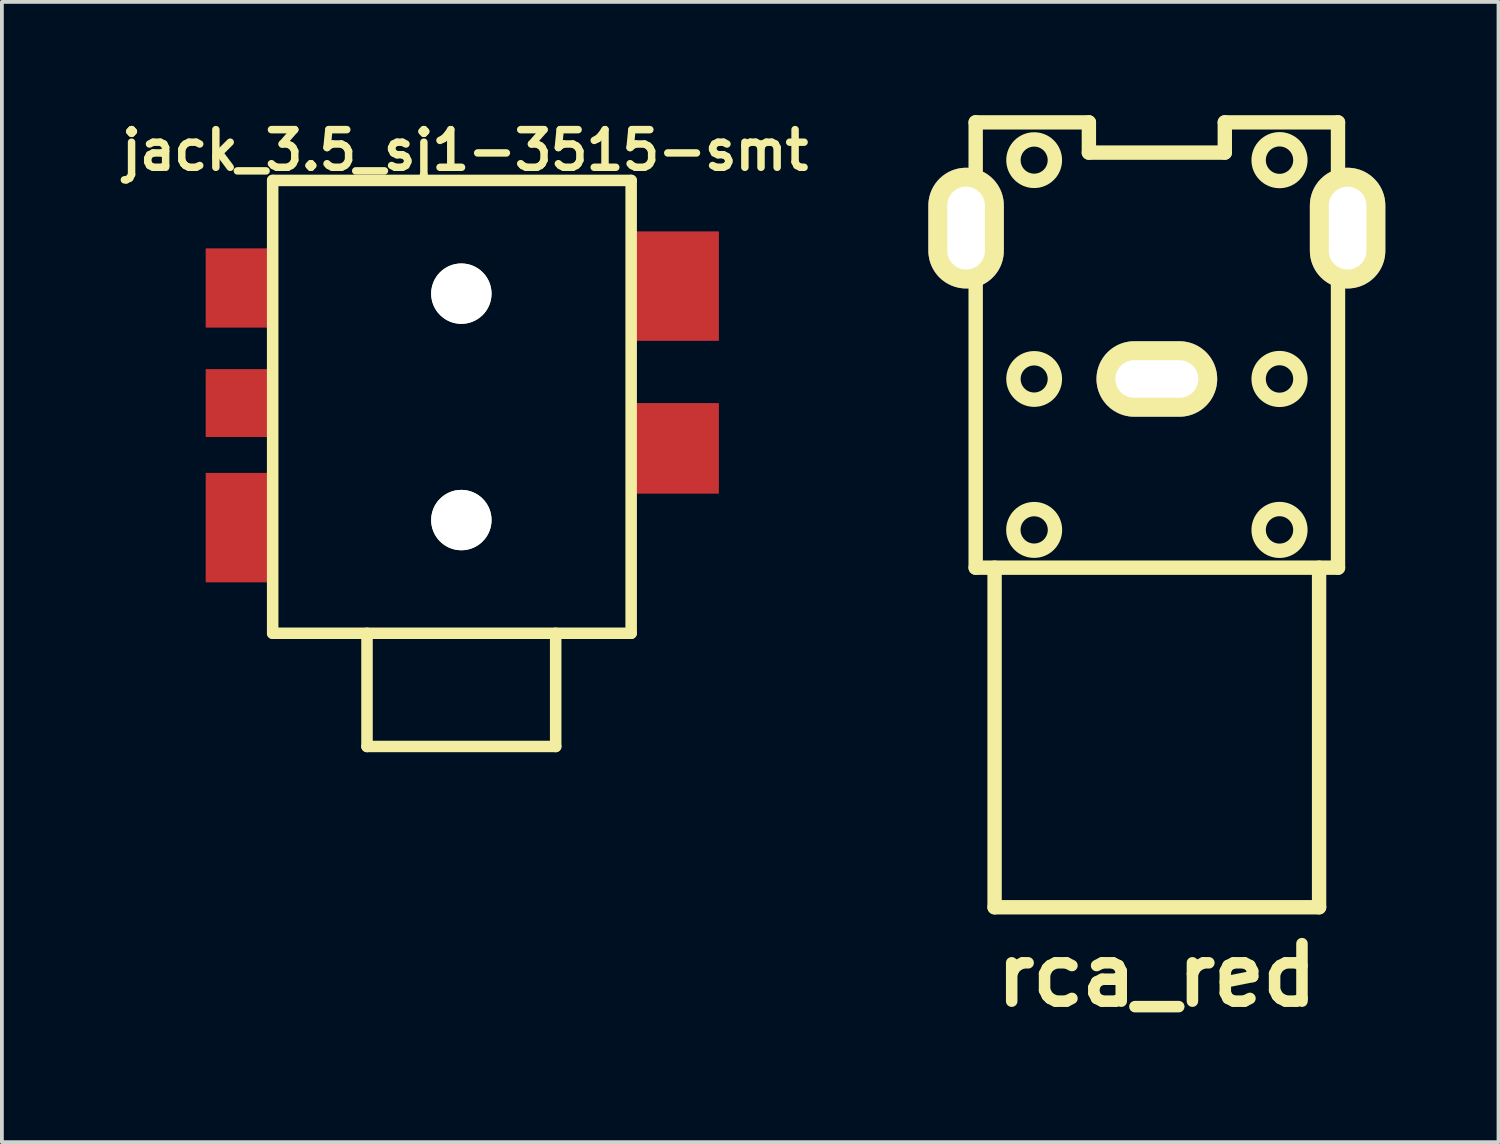
<source format=kicad_pcb>
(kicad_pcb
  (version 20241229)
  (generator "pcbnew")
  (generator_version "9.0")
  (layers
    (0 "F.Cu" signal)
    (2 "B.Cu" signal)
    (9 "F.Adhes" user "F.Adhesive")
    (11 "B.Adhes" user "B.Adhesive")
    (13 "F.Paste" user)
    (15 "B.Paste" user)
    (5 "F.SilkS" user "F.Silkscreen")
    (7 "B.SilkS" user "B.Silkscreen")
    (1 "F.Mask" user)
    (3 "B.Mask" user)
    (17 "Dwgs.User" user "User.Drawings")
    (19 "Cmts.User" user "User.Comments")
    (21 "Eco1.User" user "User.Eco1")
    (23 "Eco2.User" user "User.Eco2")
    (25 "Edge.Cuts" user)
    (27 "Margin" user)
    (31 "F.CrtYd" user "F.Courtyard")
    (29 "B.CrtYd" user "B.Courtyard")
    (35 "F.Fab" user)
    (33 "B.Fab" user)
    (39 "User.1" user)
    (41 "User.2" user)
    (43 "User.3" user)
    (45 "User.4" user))
  (footprint "jack_3.5_sj1-3515-smt"
    (layer "F.Cu")
    (at 9.176 7.632)
    (property "Reference" "jack_3.5_sj1-3515-smt" (at 0.1 -6.7 0) (layer "F.SilkS") (effects (font (size 0.998 0.998) (thickness 0.198))))
    (attr through_hole)
    (fp_line (start -5 -5.9) (end 4.5 -5.9) (stroke (width 0.305) (type solid)) (layer "F.SilkS"))
    (fp_line (start -5 6.1) (end -5 -5.9) (stroke (width 0.305) (type solid)) (layer "F.SilkS"))
    (fp_line (start -2.5 6.1) (end -2.5 9.1) (stroke (width 0.305) (type solid)) (layer "F.SilkS"))
    (fp_line (start -2.5 9.1) (end 2.5 9.1) (stroke (width 0.305) (type solid)) (layer "F.SilkS"))
    (fp_line (start 2.5 9.1) (end 2.5 6.1) (stroke (width 0.305) (type solid)) (layer "F.SilkS"))
    (fp_line (start 4.5 -5.9) (end 4.5 6.1) (stroke (width 0.305) (type solid)) (layer "F.SilkS"))
    (fp_line (start 4.5 6.1) (end -5 6.1) (stroke (width 0.305) (type solid)) (layer "F.SilkS"))
    (pad "" np_thru_hole circle (at 0 -2.9) (size 1.6 1.6) (drill 1.6) (layers "*.Cu" "*.Mask" "F.SilkS"))
    (pad "" np_thru_hole circle (at 0 3.1) (size 1.6 1.6) (drill 1.6) (layers "*.Cu" "*.Mask" "F.SilkS"))
    (pad "1" smd rect (at -5.9 3.3) (size 1.75 2.9) (layers "F.Cu" "F.Mask" "F.Paste"))
    (pad "2" smd rect (at 5.7 -3.1) (size 2.25 2.9) (layers "F.Cu" "F.Mask" "F.Paste"))
    (pad "3" smd rect (at -5.9 -3.05) (size 1.75 2.1) (layers "F.Cu" "F.Mask" "F.Paste"))
    (pad "4" smd rect (at 5.7 1.2) (size 2.25 2.4) (layers "F.Cu" "F.Mask" "F.Paste"))
    (pad "5" smd rect (at -5.9 0) (size 1.75 1.8) (layers "F.Cu" "F.Mask" "F.Paste")))
  (footprint "rca_red"
    (layer "F.Cu")
    (at 27.607 6.993)
    (property "Reference" "rca_red" (at 0 15.799 0) (layer "F.SilkS") (effects (font (size 1.524 1.524) (thickness 0.305))))
    (attr through_hole)
    (fp_line (start -5.4 -4.9) (end -4.801 -4.9) (stroke (width 0.381) (type solid)) (layer "F.SilkS"))
    (fp_line (start -5.4 -3.099) (end -5.4 -4.9) (stroke (width 0.381) (type solid)) (layer "F.SilkS"))
    (fp_line (start -4.801 -6.8) (end -1.801 -6.8) (stroke (width 0.381) (type solid)) (layer "F.SilkS"))
    (fp_line (start -4.801 -3.099) (end -5.4 -3.099) (stroke (width 0.381) (type solid)) (layer "F.SilkS"))
    (fp_line (start -4.801 4.999) (end -4.801 -6.802) (stroke (width 0.381) (type solid)) (layer "F.SilkS"))
    (fp_line (start -4.3 5.001) (end -4.3 14) (stroke (width 0.381) (type solid)) (layer "F.SilkS"))
    (fp_line (start -4.3 14) (end 4.3 14) (stroke (width 0.381) (type solid)) (layer "F.SilkS"))
    (fp_line (start -1.801 -6.8) (end -1.801 -5.999) (stroke (width 0.381) (type solid)) (layer "F.SilkS"))
    (fp_line (start -1.801 -5.999) (end 1.801 -5.999) (stroke (width 0.381) (type solid)) (layer "F.SilkS"))
    (fp_line (start 1.801 -6.8) (end 4.801 -6.8) (stroke (width 0.381) (type solid)) (layer "F.SilkS"))
    (fp_line (start 1.801 -5.999) (end 1.801 -6.8) (stroke (width 0.381) (type solid)) (layer "F.SilkS"))
    (fp_line (start 4.3 14) (end 4.3 5.001) (stroke (width 0.381) (type solid)) (layer "F.SilkS"))
    (fp_line (start 4.801 -6.8) (end 4.801 5.001) (stroke (width 0.381) (type solid)) (layer "F.SilkS"))
    (fp_line (start 4.801 -4.9) (end 5.4 -4.9) (stroke (width 0.381) (type solid)) (layer "F.SilkS"))
    (fp_line (start 4.801 5.001) (end -4.801 5.001) (stroke (width 0.381) (type solid)) (layer "F.SilkS"))
    (fp_line (start 5.4 -4.9) (end 5.4 -3.099) (stroke (width 0.381) (type solid)) (layer "F.SilkS"))
    (fp_line (start 5.4 -3.099) (end 4.801 -3.099) (stroke (width 0.381) (type solid)) (layer "F.SilkS"))
    (fp_circle (center -3.251 -5.799) (end -3.8 -5.799) (stroke (width 0.381) (type solid)) (fill no) (layer "F.SilkS"))
    (fp_circle (center -3.251 0) (end -3.8 0) (stroke (width 0.381) (type solid)) (fill no) (layer "F.SilkS"))
    (fp_circle (center -3.251 4) (end -3.8 3.95) (stroke (width 0.381) (type solid)) (fill no) (layer "F.SilkS"))
    (fp_circle (center 3.251 -5.799) (end 2.7 -5.85) (stroke (width 0.381) (type solid)) (fill no) (layer "F.SilkS"))
    (fp_circle (center 3.251 0) (end 2.7 -0.051) (stroke (width 0.381) (type solid)) (fill no) (layer "F.SilkS"))
    (fp_circle (center 3.251 4) (end 2.7 4.049) (stroke (width 0.381) (type solid)) (fill no) (layer "F.SilkS"))
    (pad "1" thru_hole oval (at 0 0) (size 3.198 1.999) (drill oval 2.197 0.996) (layers "*.Cu" "*.Mask" "F.SilkS"))
    (pad "2" thru_hole oval (at -5.055 -3.998) (size 1.999 3.198) (drill oval 0.996 2.197) (layers "*.Cu" "*.Mask" "F.SilkS"))
    (pad "2" thru_hole oval (at 5.055 -3.998) (size 1.999 3.198) (drill oval 0.996 2.197) (layers "*.Cu" "*.Mask" "F.SilkS")))
  (gr_rect
    (start -3 -3)
    (end 36.661 27.218)
    (stroke (width 0.1) (type default))
    (fill no)
    (layer "Edge.Cuts")))
</source>
